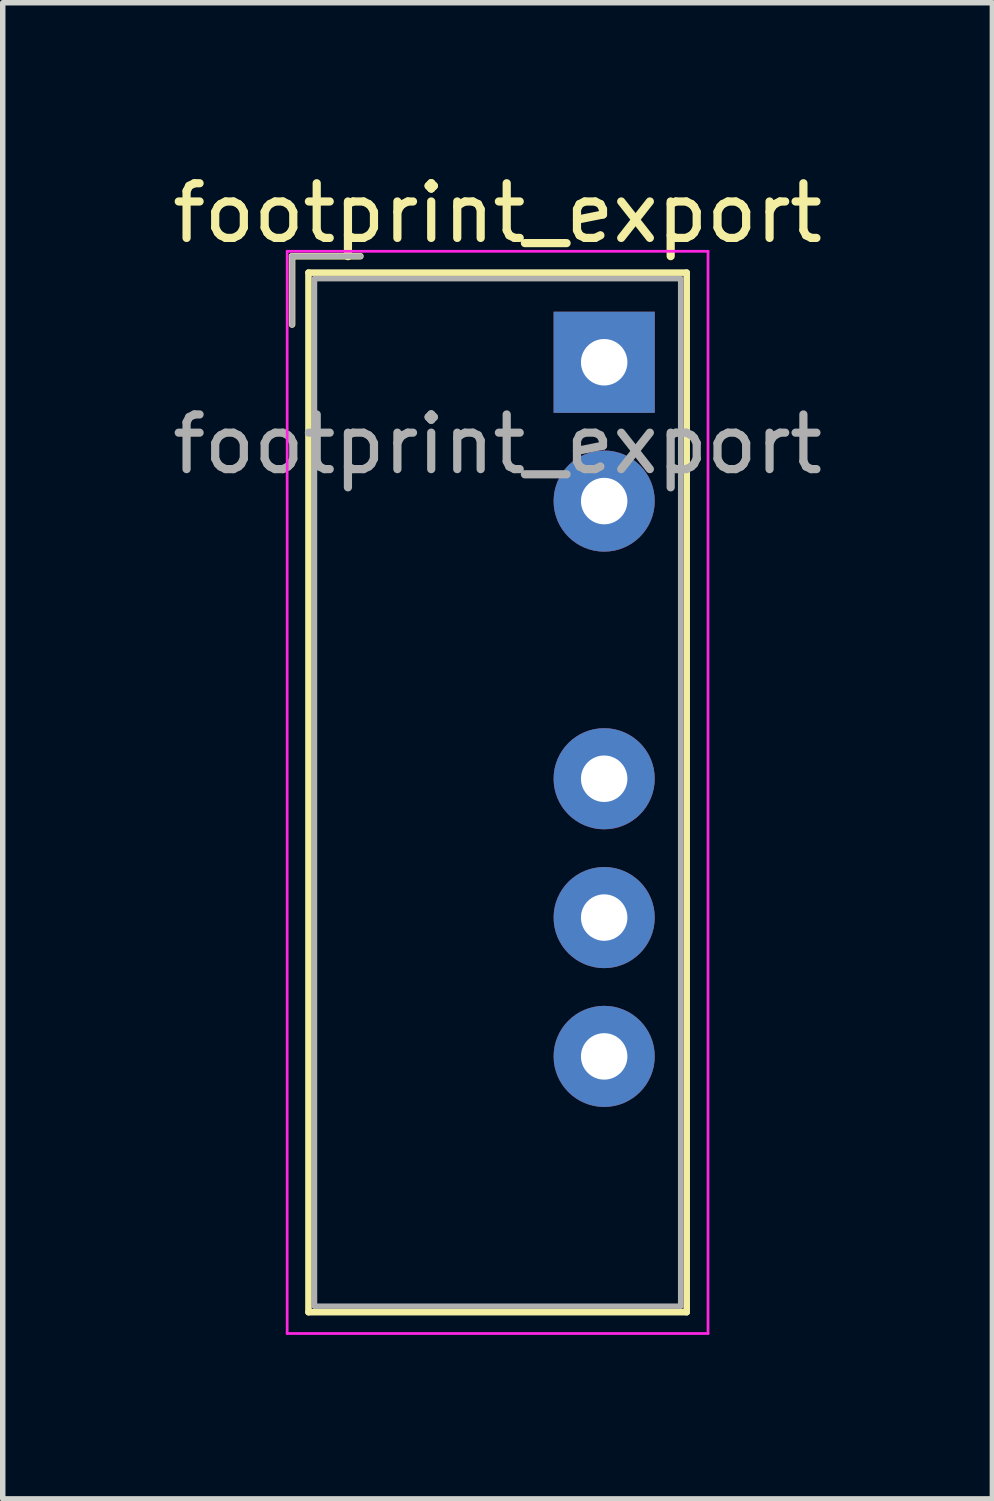
<source format=kicad_pcb>
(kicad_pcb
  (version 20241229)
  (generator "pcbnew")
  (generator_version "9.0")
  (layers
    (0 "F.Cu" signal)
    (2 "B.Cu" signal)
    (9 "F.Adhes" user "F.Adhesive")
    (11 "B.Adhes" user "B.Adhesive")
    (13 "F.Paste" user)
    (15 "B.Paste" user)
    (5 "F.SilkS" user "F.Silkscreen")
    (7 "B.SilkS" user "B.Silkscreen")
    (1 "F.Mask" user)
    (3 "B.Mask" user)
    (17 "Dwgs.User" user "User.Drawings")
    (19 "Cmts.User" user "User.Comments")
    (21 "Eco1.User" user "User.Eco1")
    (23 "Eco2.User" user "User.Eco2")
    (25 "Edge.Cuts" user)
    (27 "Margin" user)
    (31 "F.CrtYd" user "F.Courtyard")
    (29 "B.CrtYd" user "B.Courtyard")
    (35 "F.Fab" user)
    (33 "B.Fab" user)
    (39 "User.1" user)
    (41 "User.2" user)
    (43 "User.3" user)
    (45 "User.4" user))
  (footprint "footprint_export"
    (layer "F.Cu")
    (at 8.004 3.578)
    (property "Reference" "footprint_export" (at -1.95 -2.73 0) (layer "F.SilkS") (effects (font (size 1 1) (thickness 0.15))))
    (attr through_hole)
    (fp_line (start -5.71 -1.94) (end -5.71 -0.69) (stroke (width 0.12) (type solid)) (layer "F.SilkS"))
    (fp_line (start -5.41 -1.64) (end -5.41 17.38) (stroke (width 0.12) (type solid)) (layer "F.SilkS"))
    (fp_line (start -5.41 17.38) (end 1.51 17.38) (stroke (width 0.12) (type solid)) (layer "F.SilkS"))
    (fp_line (start -4.46 -1.94) (end -5.71 -1.94) (stroke (width 0.12) (type solid)) (layer "F.SilkS"))
    (fp_line (start 1.51 -1.64) (end -5.41 -1.64) (stroke (width 0.12) (type solid)) (layer "F.SilkS"))
    (fp_line (start 1.51 17.38) (end 1.51 -1.64) (stroke (width 0.12) (type solid)) (layer "F.SilkS"))
    (fp_line (start -5.8 -2.03) (end -5.8 17.77) (stroke (width 0.05) (type solid)) (layer "F.CrtYd"))
    (fp_line (start -5.8 17.77) (end 1.9 17.77) (stroke (width 0.05) (type solid)) (layer "F.CrtYd"))
    (fp_line (start 1.9 -2.03) (end -5.8 -2.03) (stroke (width 0.05) (type solid)) (layer "F.CrtYd"))
    (fp_line (start 1.9 17.77) (end 1.9 -2.03) (stroke (width 0.05) (type solid)) (layer "F.CrtYd"))
    (fp_line (start -5.71 -1.94) (end -5.71 -0.69) (stroke (width 0.1) (type solid)) (layer "F.Fab"))
    (fp_line (start -5.3 -1.53) (end -5.3 17.27) (stroke (width 0.1) (type solid)) (layer "F.Fab"))
    (fp_line (start -5.3 17.27) (end 1.4 17.27) (stroke (width 0.1) (type solid)) (layer "F.Fab"))
    (fp_line (start -4.46 -1.94) (end -5.71 -1.94) (stroke (width 0.1) (type solid)) (layer "F.Fab"))
    (fp_line (start 1.4 -1.53) (end -5.3 -1.53) (stroke (width 0.1) (type solid)) (layer "F.Fab"))
    (fp_line (start 1.4 17.27) (end 1.4 -1.53) (stroke (width 0.1) (type solid)) (layer "F.Fab"))
    (fp_text user "${REFERENCE}" (at -1.95 1.5 0) (layer "F.Fab") (effects (font (size 1 1) (thickness 0.15))))
    (pad "1" thru_hole rect (at 0 0) (size 1.85 1.85) (drill 0.85) (layers "*.Cu" "*.Mask"))
    (pad "2" thru_hole circle (at 0 2.54) (size 1.85 1.85) (drill 0.85) (layers "*.Cu" "*.Mask"))
    (pad "4" thru_hole circle (at 0 7.62) (size 1.85 1.85) (drill 0.85) (layers "*.Cu" "*.Mask"))
    (pad "5" thru_hole circle (at 0 10.16) (size 1.85 1.85) (drill 0.85) (layers "*.Cu" "*.Mask"))
    (pad "6" thru_hole circle (at 0 12.7) (size 1.85 1.85) (drill 0.85) (layers "*.Cu" "*.Mask")))
  (gr_rect
    (start -3 -3)
    (end 15.107 24.373)
    (stroke (width 0.1) (type default))
    (fill no)
    (layer "Edge.Cuts")))
</source>
